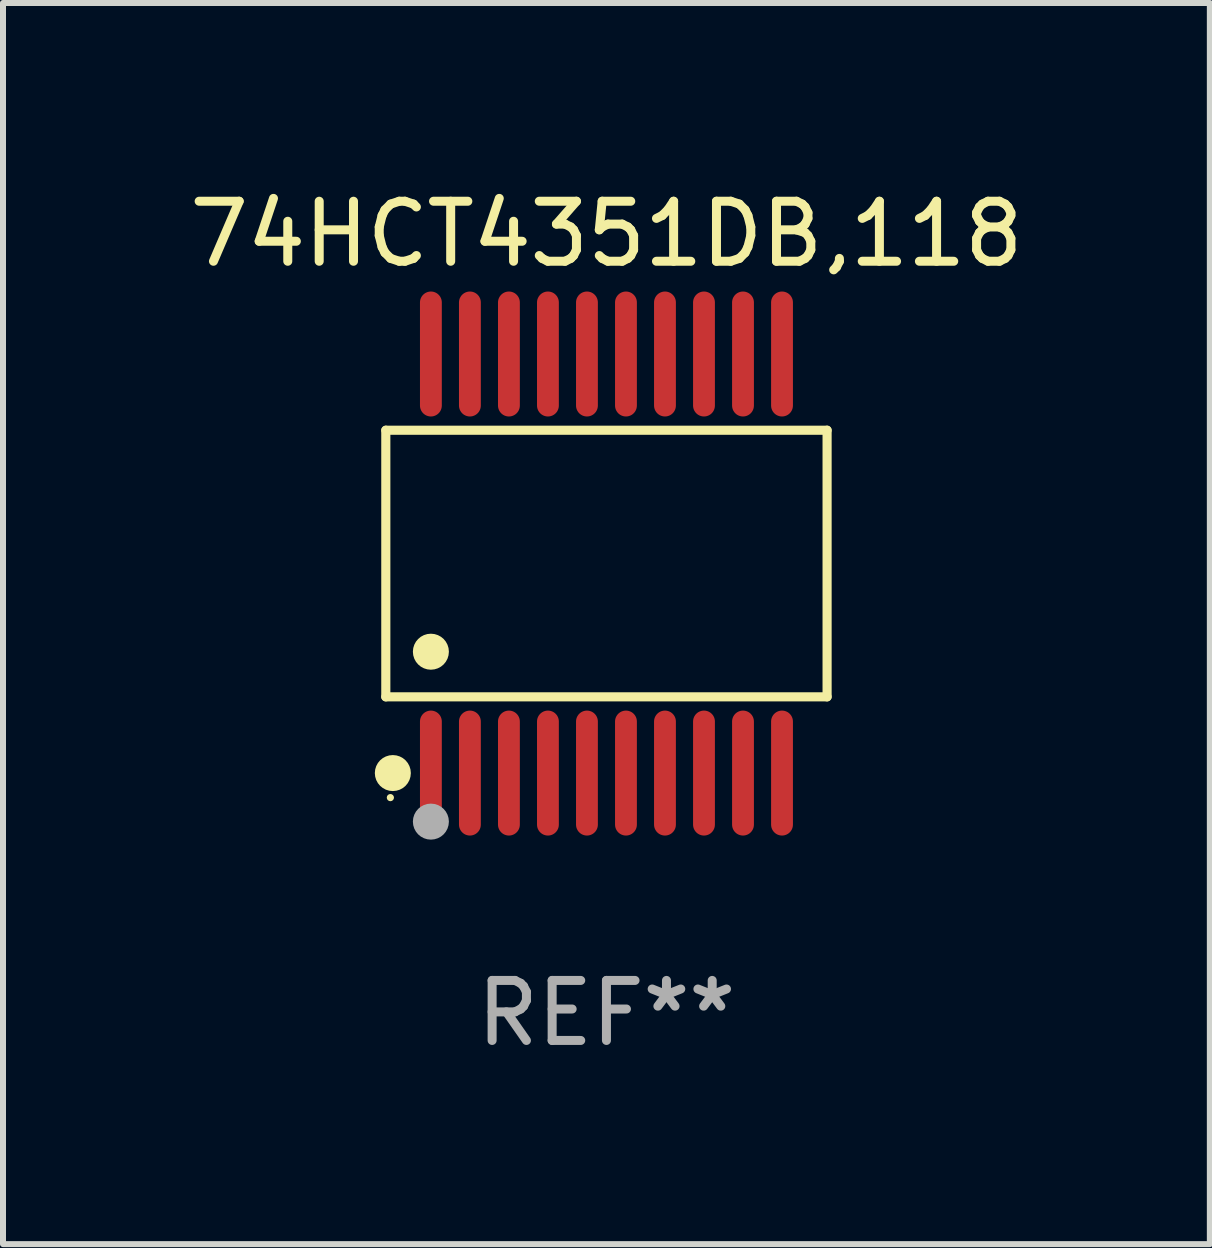
<source format=kicad_pcb>
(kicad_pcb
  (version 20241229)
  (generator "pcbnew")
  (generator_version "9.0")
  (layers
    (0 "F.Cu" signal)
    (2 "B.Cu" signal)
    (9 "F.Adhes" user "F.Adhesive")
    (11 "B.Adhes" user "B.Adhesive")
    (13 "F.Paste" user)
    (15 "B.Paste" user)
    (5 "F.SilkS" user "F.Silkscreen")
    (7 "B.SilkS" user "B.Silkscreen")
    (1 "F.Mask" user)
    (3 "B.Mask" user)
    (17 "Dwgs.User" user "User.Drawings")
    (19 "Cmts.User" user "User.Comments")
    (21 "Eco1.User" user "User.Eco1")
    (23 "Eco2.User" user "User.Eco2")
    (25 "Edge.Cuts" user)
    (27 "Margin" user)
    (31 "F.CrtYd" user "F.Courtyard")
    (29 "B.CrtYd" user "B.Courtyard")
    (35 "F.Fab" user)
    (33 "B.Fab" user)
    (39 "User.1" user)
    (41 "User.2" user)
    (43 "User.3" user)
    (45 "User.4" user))
  (footprint "74HCT4351DB,118"
    (layer "F.Cu")
    (at 7.054 6.339)
    (property "Reference" "74HCT4351DB,118" (at 0 -5.491 0) (layer "F.SilkS") (effects (font (size 1 1) (thickness 0.15))))
    (attr through_hole)
    (fp_line (start -3.676 -2.221) (end 3.676 -2.221) (stroke (width 0.152) (type solid)) (layer "F.SilkS"))
    (fp_line (start -3.676 2.221) (end -3.676 -2.221) (stroke (width 0.152) (type solid)) (layer "F.SilkS"))
    (fp_line (start 3.676 -2.221) (end 3.676 2.221) (stroke (width 0.152) (type solid)) (layer "F.SilkS"))
    (fp_line (start 3.676 2.221) (end -3.676 2.221) (stroke (width 0.152) (type solid)) (layer "F.SilkS"))
    (fp_circle (center -3.6 3.9) (end -3.57 3.9) (stroke (width 0.06) (type solid)) (fill no) (layer "F.SilkS"))
    (fp_circle (center -3.559 3.491) (end -3.409 3.491) (stroke (width 0.3) (type solid)) (fill no) (layer "F.SilkS"))
    (fp_circle (center -2.925 1.469) (end -2.775 1.469) (stroke (width 0.3) (type solid)) (fill no) (layer "F.SilkS"))
    (fp_circle (center -2.925 4.3) (end -2.775 4.3) (stroke (width 0.3) (type solid)) (fill no) (layer "F.Fab"))
    (fp_text user "REF**" (at 0 7.491 0) (layer "F.Fab") (effects (font (size 1 1) (thickness 0.15))))
    (pad "1" smd oval (at -2.925 3.491) (size 0.364 2.082) (layers "F.Cu" "F.Mask" "F.Paste"))
    (pad "2" smd oval (at -2.275 3.491) (size 0.364 2.082) (layers "F.Cu" "F.Mask" "F.Paste"))
    (pad "3" smd oval (at -1.625 3.491) (size 0.364 2.082) (layers "F.Cu" "F.Mask" "F.Paste"))
    (pad "4" smd oval (at -0.975 3.491) (size 0.364 2.082) (layers "F.Cu" "F.Mask" "F.Paste"))
    (pad "5" smd oval (at -0.325 3.491) (size 0.364 2.082) (layers "F.Cu" "F.Mask" "F.Paste"))
    (pad "6" smd oval (at 0.325 3.491) (size 0.364 2.082) (layers "F.Cu" "F.Mask" "F.Paste"))
    (pad "7" smd oval (at 0.975 3.491) (size 0.364 2.082) (layers "F.Cu" "F.Mask" "F.Paste"))
    (pad "8" smd oval (at 1.625 3.491) (size 0.364 2.082) (layers "F.Cu" "F.Mask" "F.Paste"))
    (pad "9" smd oval (at 2.275 3.491) (size 0.364 2.082) (layers "F.Cu" "F.Mask" "F.Paste"))
    (pad "10" smd oval (at 2.925 3.491) (size 0.364 2.082) (layers "F.Cu" "F.Mask" "F.Paste"))
    (pad "11" smd oval (at 2.925 -3.491) (size 0.364 2.082) (layers "F.Cu" "F.Mask" "F.Paste"))
    (pad "12" smd oval (at 2.275 -3.491) (size 0.364 2.082) (layers "F.Cu" "F.Mask" "F.Paste"))
    (pad "13" smd oval (at 1.625 -3.491) (size 0.364 2.082) (layers "F.Cu" "F.Mask" "F.Paste"))
    (pad "14" smd oval (at 0.975 -3.491) (size 0.364 2.082) (layers "F.Cu" "F.Mask" "F.Paste"))
    (pad "15" smd oval (at 0.325 -3.491) (size 0.364 2.082) (layers "F.Cu" "F.Mask" "F.Paste"))
    (pad "16" smd oval (at -0.325 -3.491) (size 0.364 2.082) (layers "F.Cu" "F.Mask" "F.Paste"))
    (pad "17" smd oval (at -0.975 -3.491) (size 0.364 2.082) (layers "F.Cu" "F.Mask" "F.Paste"))
    (pad "18" smd oval (at -1.625 -3.491) (size 0.364 2.082) (layers "F.Cu" "F.Mask" "F.Paste"))
    (pad "19" smd oval (at -2.275 -3.491) (size 0.364 2.082) (layers "F.Cu" "F.Mask" "F.Paste"))
    (pad "20" smd oval (at -2.925 -3.491) (size 0.364 2.082) (layers "F.Cu" "F.Mask" "F.Paste")))
  (gr_rect
    (start -3 -3)
    (end 17.107 17.678)
    (stroke (width 0.1) (type default))
    (fill no)
    (layer "Edge.Cuts")))
</source>
